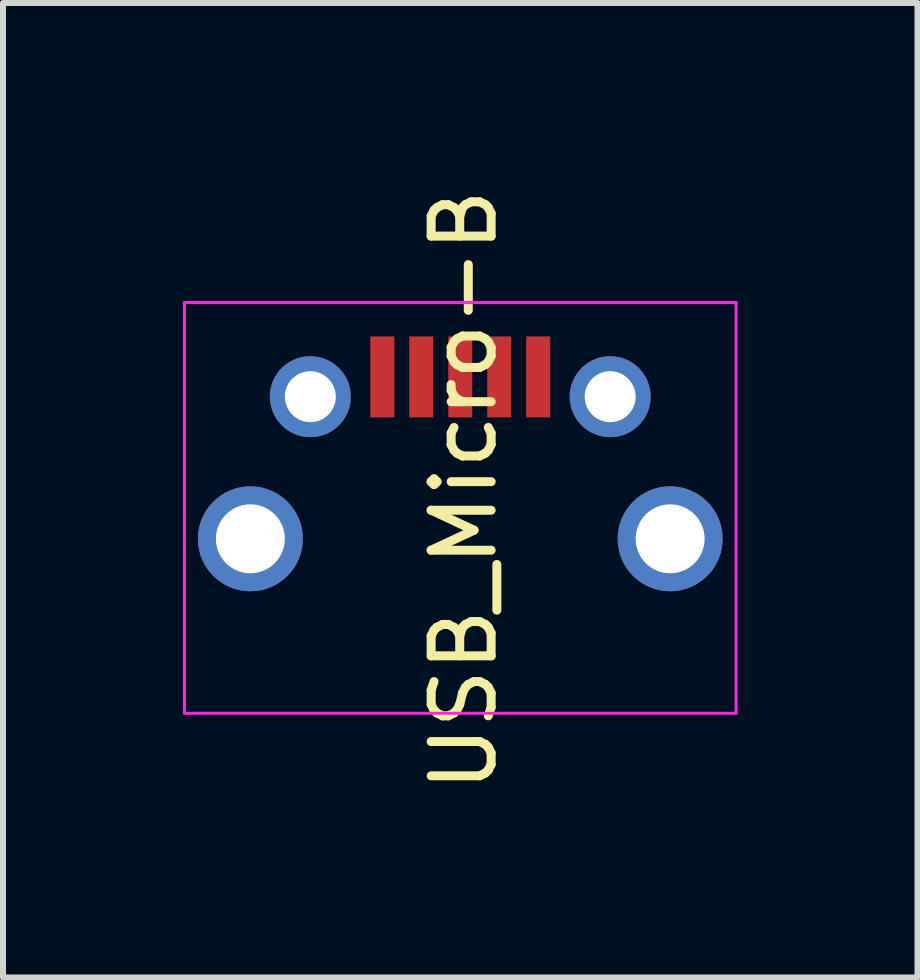
<source format=kicad_pcb>
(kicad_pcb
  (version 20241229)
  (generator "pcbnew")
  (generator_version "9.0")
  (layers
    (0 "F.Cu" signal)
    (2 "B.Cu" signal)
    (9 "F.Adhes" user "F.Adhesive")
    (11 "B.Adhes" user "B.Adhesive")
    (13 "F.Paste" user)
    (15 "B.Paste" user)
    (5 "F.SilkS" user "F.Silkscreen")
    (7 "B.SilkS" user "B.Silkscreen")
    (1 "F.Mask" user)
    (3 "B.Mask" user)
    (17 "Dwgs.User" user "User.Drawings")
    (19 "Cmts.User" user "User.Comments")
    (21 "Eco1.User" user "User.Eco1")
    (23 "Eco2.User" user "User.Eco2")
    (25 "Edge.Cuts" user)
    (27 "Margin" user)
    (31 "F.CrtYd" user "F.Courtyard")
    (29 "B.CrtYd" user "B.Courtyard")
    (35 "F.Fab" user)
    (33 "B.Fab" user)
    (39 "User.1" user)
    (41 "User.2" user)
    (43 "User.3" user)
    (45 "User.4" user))
  (footprint "USB_Micro-B"
    (layer "F.Cu")
    (at 4.625 4.585)
    (property "Reference" "USB_Micro-B" (at 0.06 0.54 90) (layer "F.SilkS") (effects (font (size 1 1) (thickness 0.15))))
    (attr smd)
    (fp_line (start -4.6 -2.59) (end 4.6 -2.59) (stroke (width 0.05) (type solid)) (layer "F.CrtYd"))
    (fp_line (start -4.6 4.26) (end -4.6 -2.59) (stroke (width 0.05) (type solid)) (layer "F.CrtYd"))
    (fp_line (start 4.6 -2.59) (end 4.6 4.26) (stroke (width 0.05) (type solid)) (layer "F.CrtYd"))
    (fp_line (start 4.6 4.26) (end -4.6 4.26) (stroke (width 0.05) (type solid)) (layer "F.CrtYd"))
    (pad "1" smd rect (at -1.3 -1.35 90) (size 1.35 0.4) (layers "F.Cu" "F.Mask" "F.Paste"))
    (pad "2" smd rect (at -0.65 -1.35 90) (size 1.35 0.4) (layers "F.Cu" "F.Mask" "F.Paste"))
    (pad "3" smd rect (at 0 -1.35 90) (size 1.35 0.4) (layers "F.Cu" "F.Mask" "F.Paste"))
    (pad "4" smd rect (at 0.65 -1.35 90) (size 1.35 0.4) (layers "F.Cu" "F.Mask" "F.Paste"))
    (pad "5" smd rect (at 1.3 -1.35 90) (size 1.35 0.4) (layers "F.Cu" "F.Mask" "F.Paste"))
    (pad "6" thru_hole circle (at -3.5 1.35 90) (size 1.75 1.75) (drill 1.15) (layers "*.Cu" "*.Mask"))
    (pad "6" thru_hole circle (at -2.5 -1.02 90) (size 1.35 1.35) (drill 0.85) (layers "*.Cu" "*.Mask"))
    (pad "6" thru_hole circle (at 2.5 -1.02 90) (size 1.35 1.35) (drill 0.85) (layers "*.Cu" "*.Mask"))
    (pad "6" thru_hole circle (at 3.5 1.35 90) (size 1.75 1.75) (drill 1.15) (layers "*.Cu" "*.Mask")))
  (gr_rect
    (start -3 -3)
    (end 12.25 13.25)
    (stroke (width 0.1) (type default))
    (fill no)
    (layer "Edge.Cuts")))
</source>
